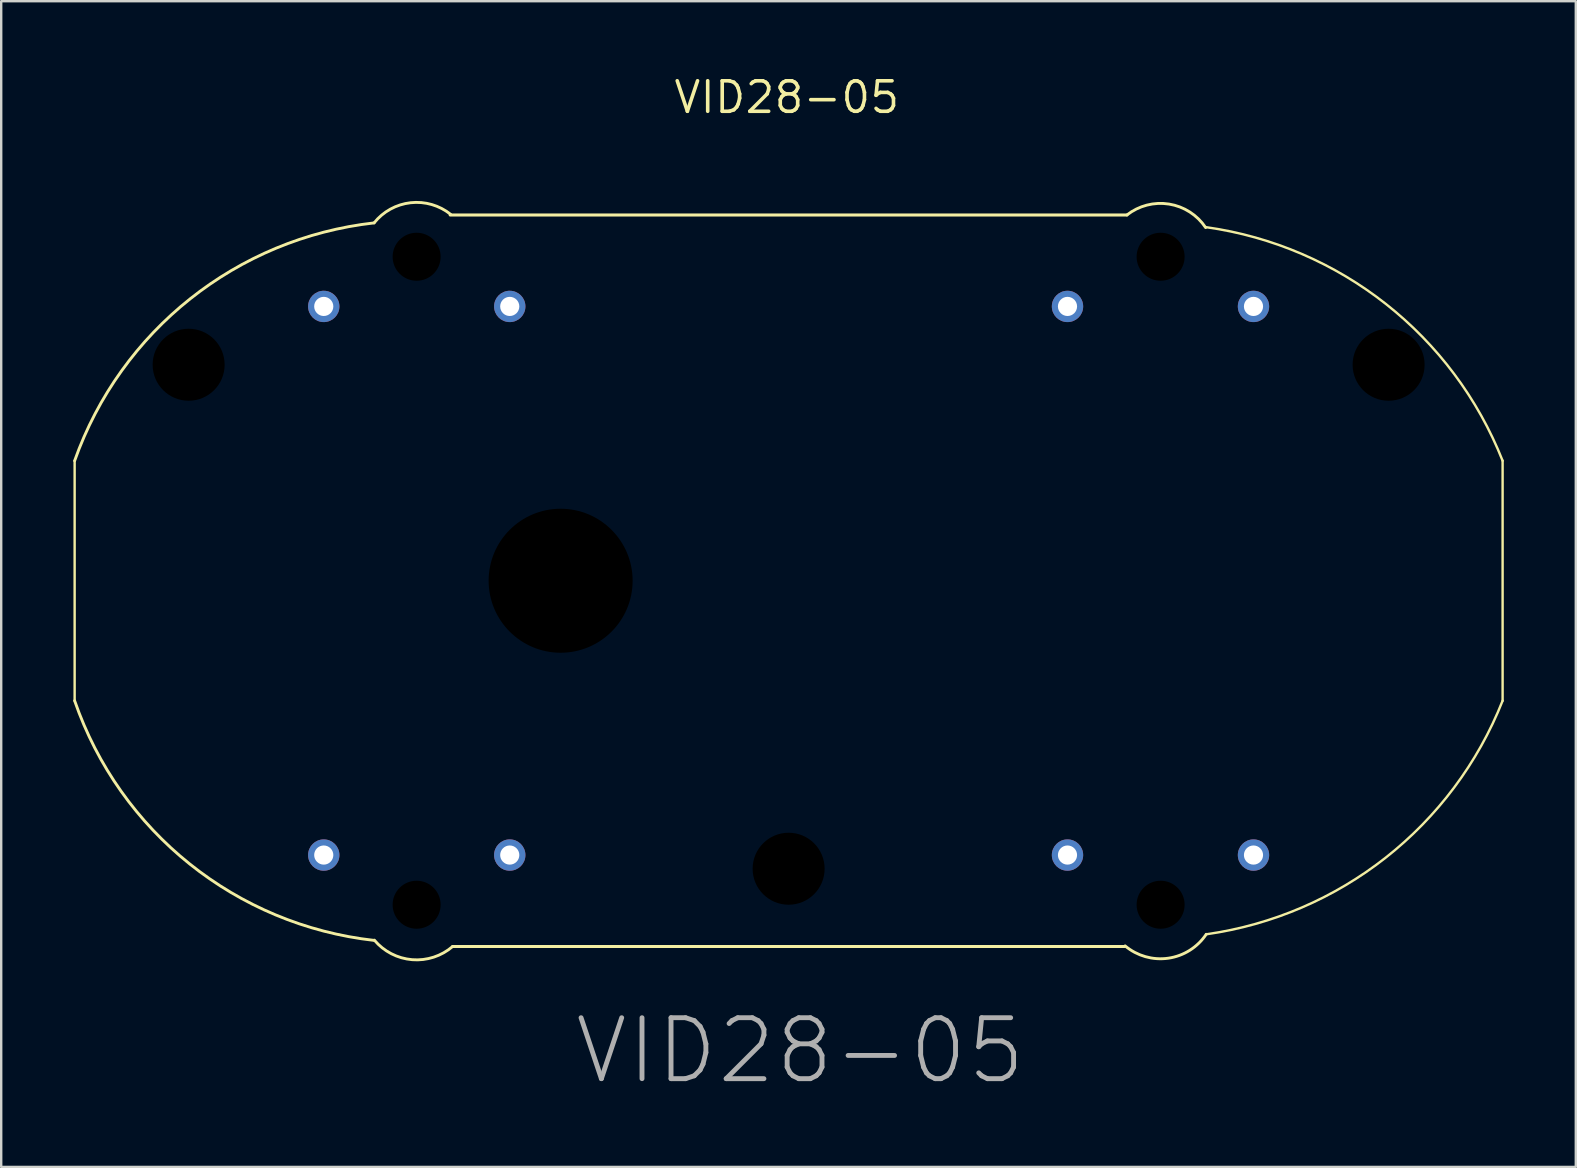
<source format=kicad_pcb>
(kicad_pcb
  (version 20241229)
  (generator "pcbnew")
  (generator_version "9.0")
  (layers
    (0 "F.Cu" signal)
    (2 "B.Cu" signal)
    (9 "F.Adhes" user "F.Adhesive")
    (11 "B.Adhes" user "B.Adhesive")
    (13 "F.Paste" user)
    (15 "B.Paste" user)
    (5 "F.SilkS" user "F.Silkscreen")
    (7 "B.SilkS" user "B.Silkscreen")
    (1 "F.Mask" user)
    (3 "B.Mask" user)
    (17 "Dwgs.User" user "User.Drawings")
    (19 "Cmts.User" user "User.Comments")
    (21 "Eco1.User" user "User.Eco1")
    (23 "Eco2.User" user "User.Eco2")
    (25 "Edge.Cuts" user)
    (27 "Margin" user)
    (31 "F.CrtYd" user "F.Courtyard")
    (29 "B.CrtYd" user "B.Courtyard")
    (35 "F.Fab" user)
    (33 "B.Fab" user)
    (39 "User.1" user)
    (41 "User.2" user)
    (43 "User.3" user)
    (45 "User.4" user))
  (footprint "VID28-05"
    (layer "F.Cu")
    (at 29.81 21.148)
    (property "Reference" "VID28-05" (at -0.076 -20.142 0) (layer "F.SilkS") (effects (font (size 1.27 1.27) (thickness 0.15))))
    (attr exclude_from_pos_files exclude_from_bom)
    (fp_line (start -29.75 -5) (end -29.75 5) (stroke (width 0.1) (type solid)) (layer "F.SilkS"))
    (fp_line (start -14.102 -15.24) (end 14.097 -15.24) (stroke (width 0.127) (type solid)) (layer "F.SilkS"))
    (fp_line (start -14 15.24) (end 14 15.24) (stroke (width 0.127) (type solid)) (layer "F.SilkS"))
    (fp_line (start 29.75 -5) (end 29.75 5) (stroke (width 0.1) (type solid)) (layer "F.SilkS"))
    (fp_arc (start -29.75 -5) (mid -24.934431 -11.747515) (end -17.272 -14.910712) (stroke (width 0.12) (type solid)) (layer "F.SilkS"))
    (fp_arc (start -17.272 14.986) (mid -24.956969 11.799809) (end -29.75 5) (stroke (width 0.12) (type solid)) (layer "F.SilkS"))
    (fp_arc (start -17.271999 -14.910712) (mid -15.750434 -15.751082) (end -14.081375 -15.265671) (stroke (width 0.12) (type solid)) (layer "F.SilkS"))
    (fp_arc (start -14.000001 15.239999) (mid -15.685304 15.789816) (end -17.260268 14.976162) (stroke (width 0.12) (type solid)) (layer "F.SilkS"))
    (fp_arc (start 14.097 -15.239999) (mid 15.850701 -15.694858) (end 17.375407 -14.716271) (stroke (width 0.12) (type solid)) (layer "F.SilkS"))
    (fp_arc (start 17.399 -14.732) (mid 24.886911 -11.531597) (end 29.75 -5) (stroke (width 0.1) (type solid)) (layer "F.SilkS"))
    (fp_arc (start 17.399 14.732) (mid 15.817993 15.728485) (end 14.021118 15.214867) (stroke (width 0.12) (type solid)) (layer "F.SilkS"))
    (fp_arc (start 29.75 5) (mid 24.886911 11.531598) (end 17.399 14.732) (stroke (width 0.1) (type solid)) (layer "F.SilkS"))
    (fp_text user "VID28-05" (at 0.483 19.583 0) (layer "F.Fab") (effects (font (size 2.54 2.54) (thickness 0.203))))
    (pad "" np_thru_hole circle (at -25 -9) (size 3 3) (drill 3) (layers "*.Mask"))
    (pad "" np_thru_hole circle (at -15.5 -13.5) (size 2 2) (drill 2) (layers "*.Mask"))
    (pad "" np_thru_hole circle (at -15.5 13.5) (size 2 2) (drill 2) (layers "*.Mask"))
    (pad "" np_thru_hole circle (at -9.5 0) (size 6 6) (drill 6) (layers "*.Mask"))
    (pad "" np_thru_hole circle (at 0 12) (size 3 3) (drill 3) (layers "*.Mask"))
    (pad "" np_thru_hole circle (at 15.5 -13.5) (size 2 2) (drill 2) (layers "*.Mask"))
    (pad "" np_thru_hole circle (at 15.5 13.5) (size 2 2) (drill 2) (layers "*.Mask"))
    (pad "" np_thru_hole circle (at 25 -9) (size 3 3) (drill 3) (layers "*.Mask"))
    (pad "A1" thru_hole circle (at -19.37 11.43) (size 1.306 1.306) (drill 0.798) (layers "*.Cu" "*.Mask"))
    (pad "A2" thru_hole circle (at -11.62 11.43) (size 1.306 1.306) (drill 0.798) (layers "*.Cu" "*.Mask"))
    (pad "A3" thru_hole circle (at -11.62 -11.43) (size 1.306 1.306) (drill 0.798) (layers "*.Cu" "*.Mask"))
    (pad "A4" thru_hole circle (at -19.37 -11.43) (size 1.306 1.306) (drill 0.798) (layers "*.Cu" "*.Mask"))
    (pad "B1" thru_hole circle (at 19.37 -11.43) (size 1.306 1.306) (drill 0.798) (layers "*.Cu" "*.Mask"))
    (pad "B2" thru_hole circle (at 11.62 -11.43) (size 1.306 1.306) (drill 0.798) (layers "*.Cu" "*.Mask"))
    (pad "B3" thru_hole circle (at 11.62 11.43) (size 1.306 1.306) (drill 0.798) (layers "*.Cu" "*.Mask"))
    (pad "B4" thru_hole circle (at 19.37 11.43) (size 1.306 1.306) (drill 0.798) (layers "*.Cu" "*.Mask")))
  (gr_rect
    (start -3 -3)
    (end 62.61 45.574)
    (stroke (width 0.1) (type default))
    (fill no)
    (layer "Edge.Cuts")))
</source>
